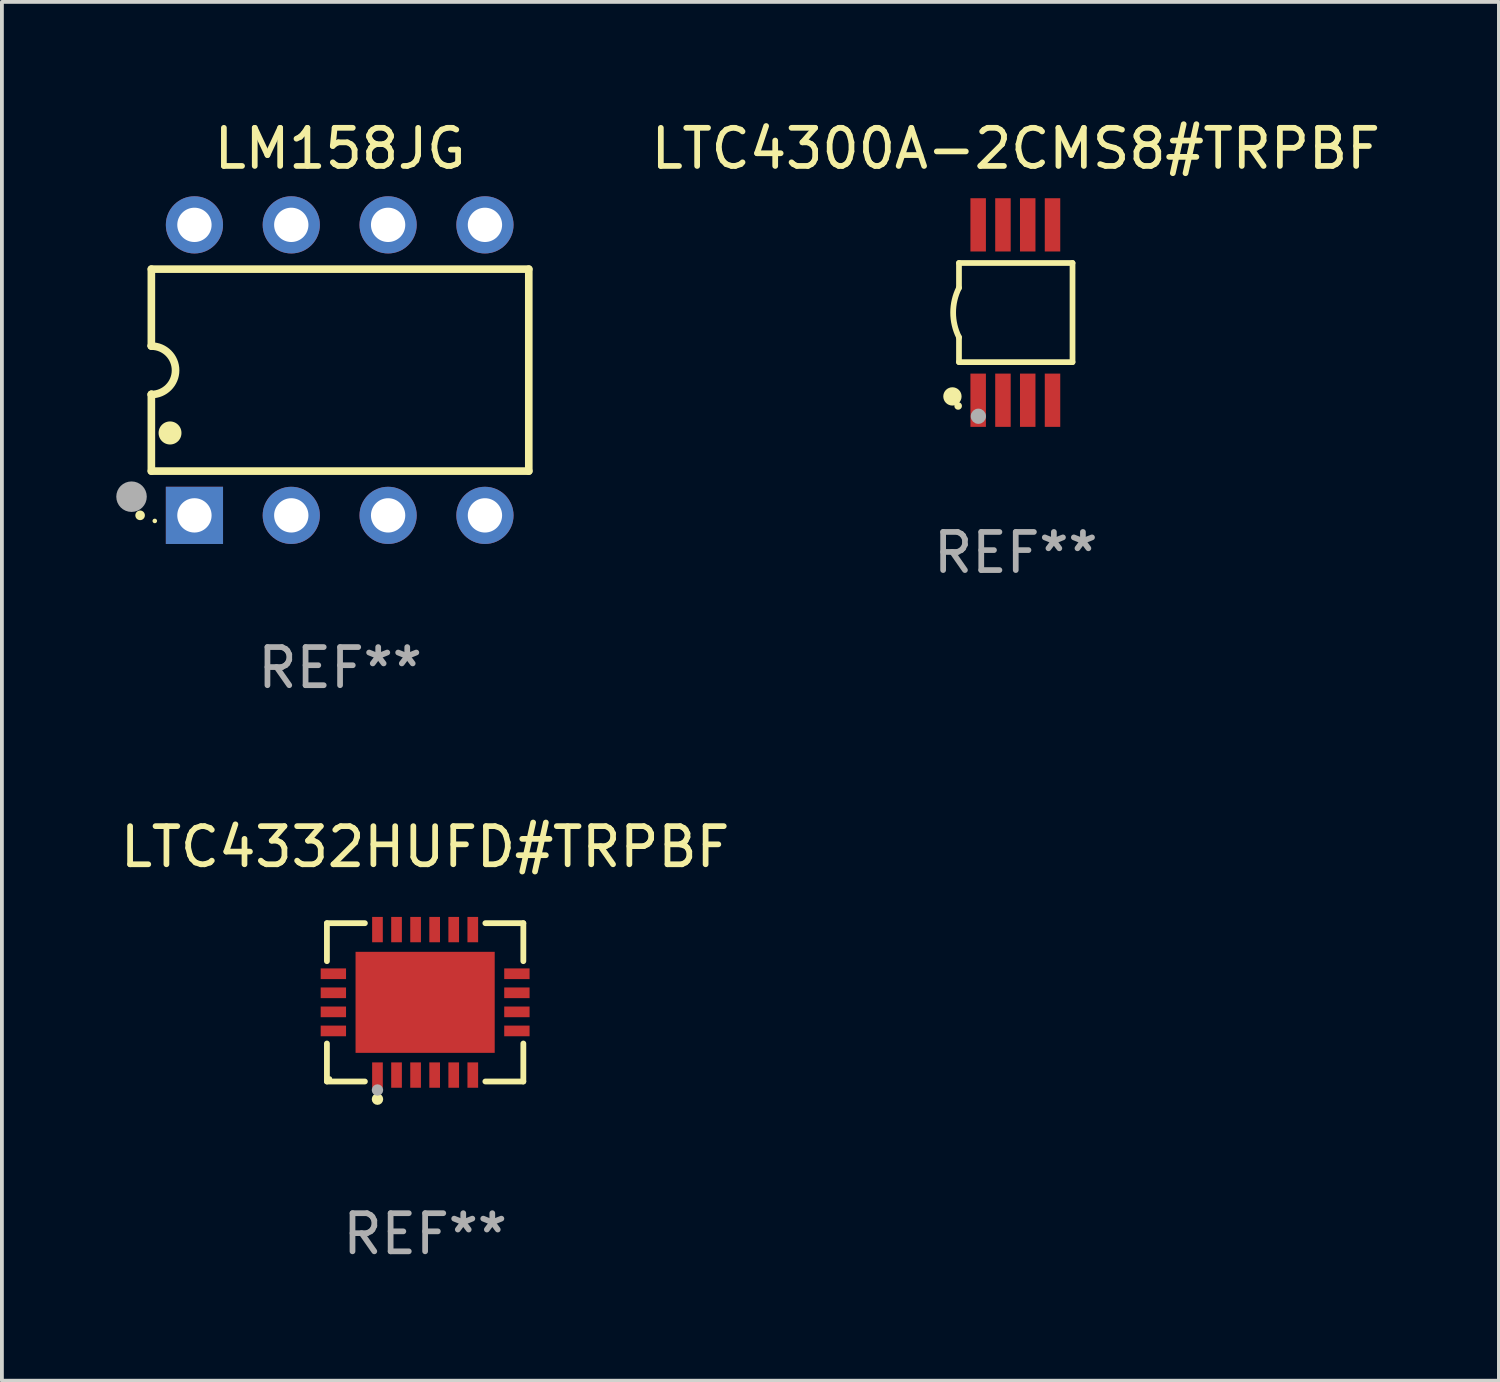
<source format=kicad_pcb>
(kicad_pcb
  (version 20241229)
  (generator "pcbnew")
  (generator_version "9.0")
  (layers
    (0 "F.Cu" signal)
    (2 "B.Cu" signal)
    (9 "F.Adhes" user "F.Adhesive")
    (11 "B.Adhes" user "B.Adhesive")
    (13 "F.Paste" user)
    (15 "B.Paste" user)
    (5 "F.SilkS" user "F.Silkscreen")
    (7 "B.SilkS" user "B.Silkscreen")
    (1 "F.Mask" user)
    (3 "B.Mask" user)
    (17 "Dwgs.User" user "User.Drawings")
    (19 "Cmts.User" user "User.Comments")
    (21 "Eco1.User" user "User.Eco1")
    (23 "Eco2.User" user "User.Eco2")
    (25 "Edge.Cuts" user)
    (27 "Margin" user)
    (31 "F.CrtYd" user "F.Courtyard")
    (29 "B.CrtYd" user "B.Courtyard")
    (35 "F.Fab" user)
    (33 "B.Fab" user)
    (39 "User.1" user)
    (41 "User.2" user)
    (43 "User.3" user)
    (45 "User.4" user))
  (footprint "LTC4332HUFD#TRPBF"
    (layer "F.Cu")
    (at 8.101 23.241)
    (property "Reference" "LTC4332HUFD#TRPBF" (at 0 -4.076 0) (layer "F.SilkS") (effects (font (size 1 1) (thickness 0.15))))
    (attr through_hole)
    (fp_line (start -2.576 -2.076) (end -1.58 -2.076) (stroke (width 0.152) (type solid)) (layer "F.SilkS"))
    (fp_line (start -2.576 -1.08) (end -2.576 -2.076) (stroke (width 0.152) (type solid)) (layer "F.SilkS"))
    (fp_line (start -2.576 1.08) (end -2.576 2.076) (stroke (width 0.152) (type solid)) (layer "F.SilkS"))
    (fp_line (start -2.576 2.076) (end -1.58 2.076) (stroke (width 0.152) (type solid)) (layer "F.SilkS"))
    (fp_line (start 2.576 -2.076) (end 1.58 -2.076) (stroke (width 0.152) (type solid)) (layer "F.SilkS"))
    (fp_line (start 2.576 -1.08) (end 2.576 -2.076) (stroke (width 0.152) (type solid)) (layer "F.SilkS"))
    (fp_line (start 2.576 1.08) (end 2.576 2.076) (stroke (width 0.152) (type solid)) (layer "F.SilkS"))
    (fp_line (start 2.576 2.076) (end 1.58 2.076) (stroke (width 0.152) (type solid)) (layer "F.SilkS"))
    (fp_circle (center -2.5 2) (end -2.47 2) (stroke (width 0.06) (type solid)) (fill no) (layer "F.SilkS"))
    (fp_circle (center -1.25 2.54) (end -1.175 2.54) (stroke (width 0.15) (type solid)) (fill no) (layer "F.SilkS"))
    (fp_circle (center -1.25 2.3) (end -1.175 2.3) (stroke (width 0.15) (type solid)) (fill no) (layer "F.Fab"))
    (fp_text user "REF**" (at 0 6.076 0) (layer "F.Fab") (effects (font (size 1 1) (thickness 0.15))))
    (pad "1" smd rect (at -1.25 1.908) (size 0.28 0.665) (layers "F.Cu" "F.Mask" "F.Paste"))
    (pad "2" smd rect (at -0.75 1.908) (size 0.28 0.665) (layers "F.Cu" "F.Mask" "F.Paste"))
    (pad "3" smd rect (at -0.25 1.908) (size 0.28 0.665) (layers "F.Cu" "F.Mask" "F.Paste"))
    (pad "4" smd rect (at 0.25 1.908) (size 0.28 0.665) (layers "F.Cu" "F.Mask" "F.Paste"))
    (pad "5" smd rect (at 0.75 1.908) (size 0.28 0.665) (layers "F.Cu" "F.Mask" "F.Paste"))
    (pad "6" smd rect (at 1.25 1.908) (size 0.28 0.665) (layers "F.Cu" "F.Mask" "F.Paste"))
    (pad "7" smd rect (at 2.407 0.75) (size 0.665 0.28) (layers "F.Cu" "F.Mask" "F.Paste"))
    (pad "8" smd rect (at 2.407 0.25) (size 0.665 0.28) (layers "F.Cu" "F.Mask" "F.Paste"))
    (pad "9" smd rect (at 2.407 -0.25) (size 0.665 0.28) (layers "F.Cu" "F.Mask" "F.Paste"))
    (pad "10" smd rect (at 2.407 -0.75) (size 0.665 0.28) (layers "F.Cu" "F.Mask" "F.Paste"))
    (pad "11" smd rect (at 1.25 -1.908) (size 0.28 0.665) (layers "F.Cu" "F.Mask" "F.Paste"))
    (pad "12" smd rect (at 0.75 -1.908) (size 0.28 0.665) (layers "F.Cu" "F.Mask" "F.Paste"))
    (pad "13" smd rect (at 0.25 -1.908) (size 0.28 0.665) (layers "F.Cu" "F.Mask" "F.Paste"))
    (pad "14" smd rect (at -0.25 -1.908) (size 0.28 0.665) (layers "F.Cu" "F.Mask" "F.Paste"))
    (pad "15" smd rect (at -0.75 -1.908) (size 0.28 0.665) (layers "F.Cu" "F.Mask" "F.Paste"))
    (pad "16" smd rect (at -1.25 -1.908) (size 0.28 0.665) (layers "F.Cu" "F.Mask" "F.Paste"))
    (pad "17" smd rect (at -2.407 -0.75) (size 0.665 0.28) (layers "F.Cu" "F.Mask" "F.Paste"))
    (pad "18" smd rect (at -2.407 -0.25) (size 0.665 0.28) (layers "F.Cu" "F.Mask" "F.Paste"))
    (pad "19" smd rect (at -2.407 0.25) (size 0.665 0.28) (layers "F.Cu" "F.Mask" "F.Paste"))
    (pad "20" smd rect (at -2.407 0.75) (size 0.665 0.28) (layers "F.Cu" "F.Mask" "F.Paste"))
    (pad "21" smd rect (at 0 0) (size 3.65 2.65) (layers "F.Cu" "F.Mask" "F.Paste")))
  (footprint "LM158JG"
    (layer "F.Cu")
    (at 5.87 6.658)
    (property "Reference" "LM158JG" (at 0 -5.81 0) (layer "F.SilkS") (effects (font (size 1 1) (thickness 0.15))))
    (attr through_hole)
    (fp_line (start -4.95 -2.649) (end 4.95 -2.649) (stroke (width 0.2) (type solid)) (layer "F.SilkS"))
    (fp_line (start -4.95 -0.635) (end -4.95 -2.649) (stroke (width 0.2) (type solid)) (layer "F.SilkS"))
    (fp_line (start -4.95 0.635) (end -4.95 0.64) (stroke (width 0.2) (type solid)) (layer "F.SilkS"))
    (fp_line (start -4.95 2.649) (end -4.95 0.635) (stroke (width 0.2) (type solid)) (layer "F.SilkS"))
    (fp_line (start -4.95 -0.64) (end -4.95 -0.635) (stroke (width 0.2) (type solid)) (layer "F.SilkS"))
    (fp_line (start 4.95 -2.649) (end 4.95 2.649) (stroke (width 0.2) (type solid)) (layer "F.SilkS"))
    (fp_line (start 4.95 2.649) (end -4.95 2.649) (stroke (width 0.2) (type solid)) (layer "F.SilkS"))
    (fp_arc (start -5.24511 3.810058) (mid -5.245117 3.808788) (end -5.24511 3.807518) (stroke (width 0.25) (type solid)) (layer "F.SilkS"))
    (fp_arc (start -4.950165 -0.629946) (mid -4.315164 0.005055) (end -4.950165 0.640056) (stroke (width 0.2) (type solid)) (layer "F.SilkS"))
    (fp_arc (start -4.460249 1.651054) (mid -4.46026 1.648514) (end -4.460249 1.645974) (stroke (width 0.6) (type solid)) (layer "F.SilkS"))
    (fp_circle (center -4.86 3.956) (end -4.83 3.956) (stroke (width 0.06) (type solid)) (fill no) (layer "F.SilkS"))
    (fp_circle (center -5.47 3.32) (end -5.27 3.32) (stroke (width 0.4) (type solid)) (fill no) (layer "F.Fab"))
    (fp_text user "REF**" (at 0 7.81 0) (layer "F.Fab") (effects (font (size 1 1) (thickness 0.15))))
    (pad "1" thru_hole rect (at -3.82 3.81) (size 1.5 1.5) (drill 0.9) (layers "*.Cu" "*.Mask"))
    (pad "2" thru_hole circle (at -1.28 3.81) (size 1.5 1.5) (drill 0.9) (layers "*.Cu" "*.Mask"))
    (pad "3" thru_hole circle (at 1.26 3.81) (size 1.5 1.5) (drill 0.9) (layers "*.Cu" "*.Mask"))
    (pad "4" thru_hole circle (at 3.8 3.81) (size 1.5 1.5) (drill 0.9) (layers "*.Cu" "*.Mask"))
    (pad "5" thru_hole circle (at 3.8 -3.81) (size 1.5 1.5) (drill 0.9) (layers "*.Cu" "*.Mask"))
    (pad "6" thru_hole circle (at 1.26 -3.81) (size 1.5 1.5) (drill 0.9) (layers "*.Cu" "*.Mask"))
    (pad "7" thru_hole circle (at -1.28 -3.81) (size 1.5 1.5) (drill 0.9) (layers "*.Cu" "*.Mask"))
    (pad "8" thru_hole circle (at -3.82 -3.81) (size 1.5 1.5) (drill 0.9) (layers "*.Cu" "*.Mask")))
  (footprint "LTC4300A-2CMS8#TRPBF"
    (layer "F.Cu")
    (at 23.593 5.148)
    (property "Reference" "LTC4300A-2CMS8#TRPBF" (at 0 -4.3 0) (layer "F.SilkS") (effects (font (size 1 1) (thickness 0.15))))
    (attr through_hole)
    (fp_line (start -1.489 -1.3) (end -1.489 -0.648) (stroke (width 0.15) (type solid)) (layer "F.SilkS"))
    (fp_line (start -1.489 0.648) (end -1.489 1.3) (stroke (width 0.15) (type solid)) (layer "F.SilkS"))
    (fp_line (start -1.489 1.3) (end 1.489 1.3) (stroke (width 0.15) (type solid)) (layer "F.SilkS"))
    (fp_line (start 1.489 -1.3) (end -1.489 -1.3) (stroke (width 0.15) (type solid)) (layer "F.SilkS"))
    (fp_line (start 1.489 1.3) (end 1.489 -1.3) (stroke (width 0.15) (type solid)) (layer "F.SilkS"))
    (fp_arc (start -1.489205 0.647702) (mid -1.642107 0) (end -1.489205 -0.647701) (stroke (width 0.150013) (type solid)) (layer "F.SilkS"))
    (fp_circle (center -1.661 2.2) (end -1.541 2.2) (stroke (width 0.24) (type solid)) (fill no) (layer "F.SilkS"))
    (fp_circle (center -1.511 2.45) (end -1.461 2.45) (stroke (width 0.1) (type solid)) (fill no) (layer "F.SilkS"))
    (fp_circle (center -0.981 2.72) (end -0.881 2.72) (stroke (width 0.2) (type solid)) (fill no) (layer "F.Fab"))
    (fp_text user "REF**" (at 0 6.3 0) (layer "F.Fab") (effects (font (size 1 1) (thickness 0.15))))
    (pad "1" smd rect (at -0.986 2.3) (size 0.406 1.397) (layers "F.Cu" "F.Mask" "F.Paste"))
    (pad "2" smd rect (at -0.336 2.3) (size 0.406 1.397) (layers "F.Cu" "F.Mask" "F.Paste"))
    (pad "3" smd rect (at 0.314 2.3) (size 0.406 1.397) (layers "F.Cu" "F.Mask" "F.Paste"))
    (pad "4" smd rect (at 0.964 2.3) (size 0.406 1.397) (layers "F.Cu" "F.Mask" "F.Paste"))
    (pad "5" smd rect (at 0.964 -2.3) (size 0.406 1.397) (layers "F.Cu" "F.Mask" "F.Paste"))
    (pad "6" smd rect (at 0.314 -2.3) (size 0.406 1.397) (layers "F.Cu" "F.Mask" "F.Paste"))
    (pad "7" smd rect (at -0.336 -2.3) (size 0.406 1.397) (layers "F.Cu" "F.Mask" "F.Paste"))
    (pad "8" smd rect (at -0.986 -2.3) (size 0.406 1.397) (layers "F.Cu" "F.Mask" "F.Paste")))
  (gr_rect
    (start -3 -3)
    (end 36.266 33.165)
    (stroke (width 0.1) (type default))
    (fill no)
    (layer "Edge.Cuts")))
</source>
